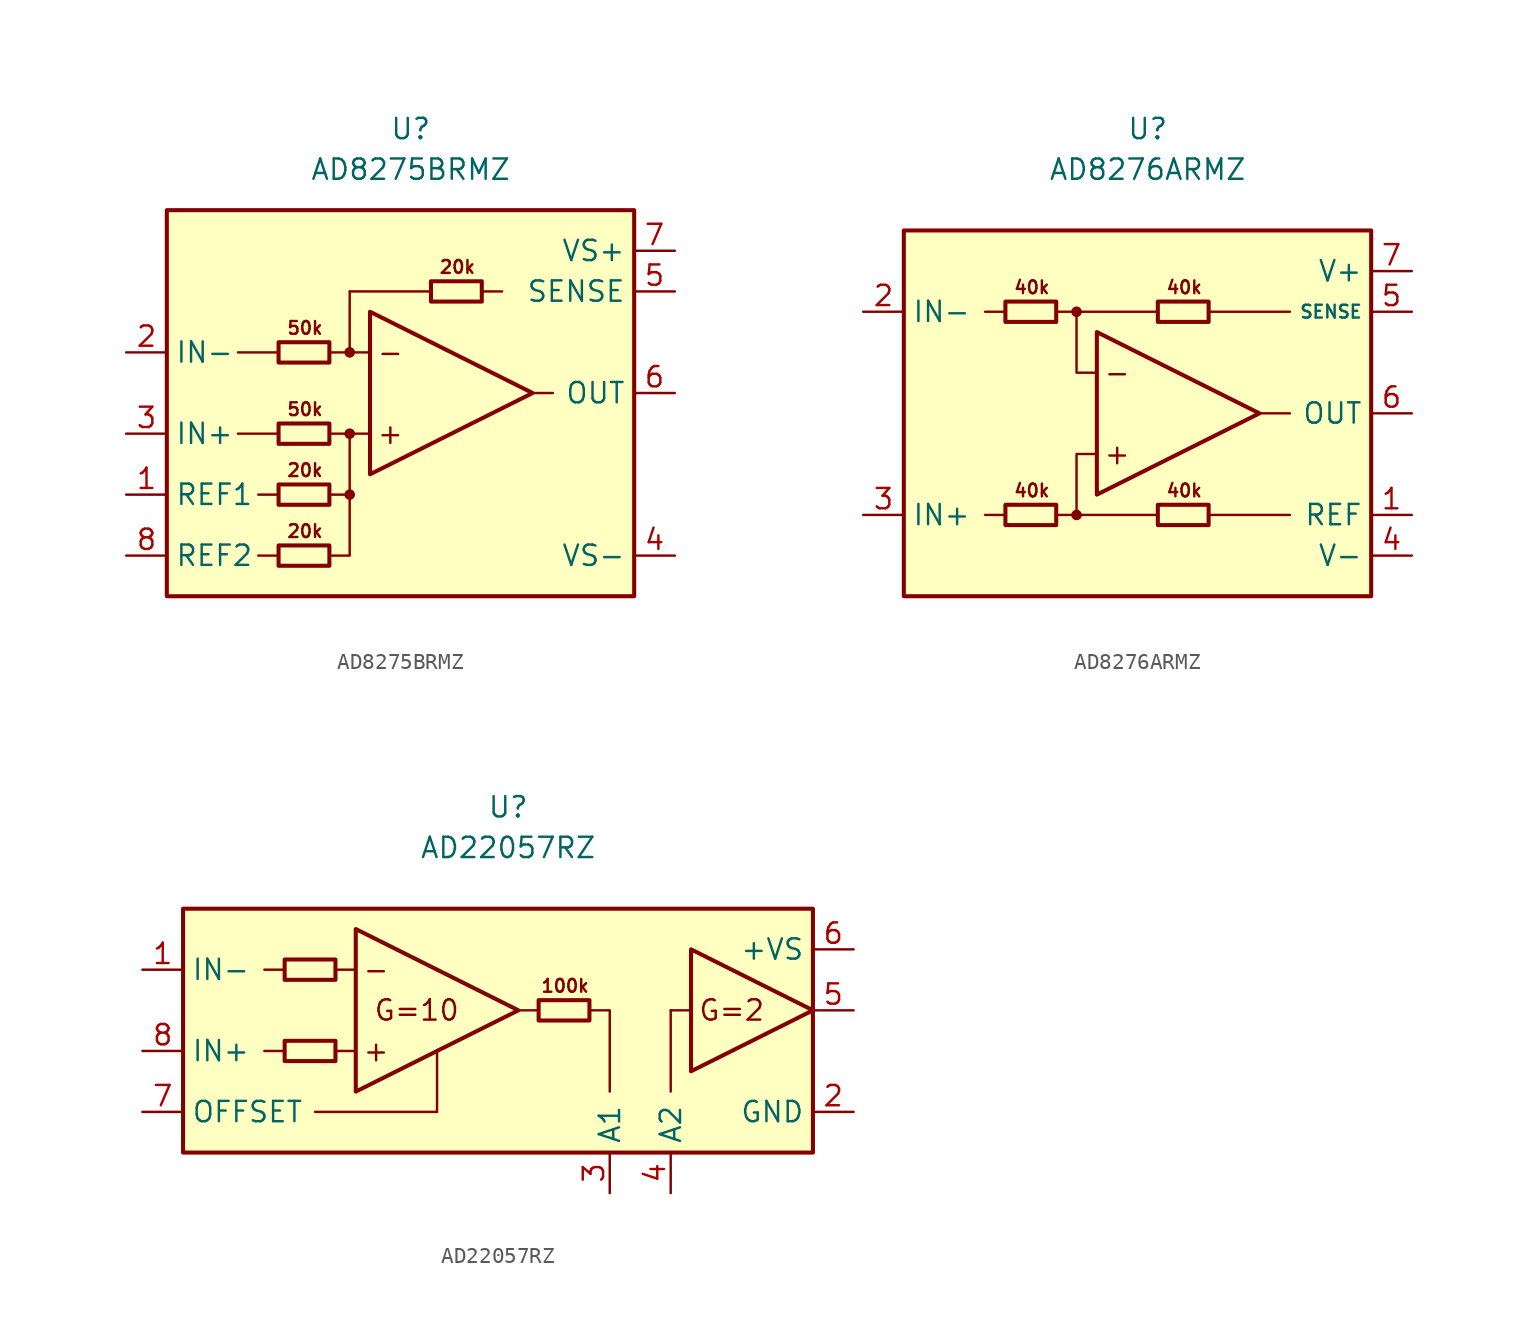
<source format=kicad_sym>
(kicad_symbol_lib
  (version 20211014)
  (generator kicad_symbol_editor)
  (symbol "AD8275BRMZ"
    (property "Reference" "U"
      (at 0 16.51 0)
      (effects (font (size 1.27 1.27))))
    (property "Value" "AD8275BRMZ"
      (at 0 13.97 0)
      (effects (font (size 1.27 1.27))))
    (symbol "AD8275BRMZ_0_0"
      (rectangle (start -15.24 11.43) (end 13.97 -12.7) (stroke (width 0.254) (type default) (color 0 0 0 0)) (fill (type background)))
      (circle (center -3.81 -6.35) (radius 0.254) (stroke (width 0.152) (type default) (color 0 0 0 0)) (fill (type outline)))
      (circle (center -3.81 -2.54) (radius 0.254) (stroke (width 0.152) (type default) (color 0 0 0 0)) (fill (type outline)))
      (circle (center -3.81 2.54) (radius 0.254) (stroke (width 0.152) (type default) (color 0 0 0 0)) (fill (type outline)))
      (polyline (pts (xy -8.255 -10.16) (xy -9.525 -10.16)) (stroke (width 0.152) (type default) (color 0 0 0 0)) (fill (type none)))
      (polyline (pts (xy -8.255 -6.35) (xy -9.525 -6.35)) (stroke (width 0.152) (type default) (color 0 0 0 0)) (fill (type none)))
      (polyline (pts (xy -8.255 -2.54) (xy -10.795 -2.54)) (stroke (width 0.152) (type default) (color 0 0 0 0)) (fill (type none)))
      (polyline (pts (xy -8.255 2.54) (xy -10.795 2.54)) (stroke (width 0.152) (type default) (color 0 0 0 0)) (fill (type none)))
      (polyline (pts (xy -3.81 2.54) (xy -3.81 6.35)) (stroke (width 0.152) (type default) (color 0 0 0 0)) (fill (type none)))
      (polyline (pts (xy -2.54 -2.54) (xy -5.08 -2.54)) (stroke (width 0.152) (type default) (color 0 0 0 0)) (fill (type none)))
      (polyline (pts (xy -2.54 2.54) (xy -5.08 2.54)) (stroke (width 0.152) (type default) (color 0 0 0 0)) (fill (type none)))
      (polyline (pts (xy 1.27 6.35) (xy -3.81 6.35)) (stroke (width 0.152) (type default) (color 0 0 0 0)) (fill (type none)))
      (polyline (pts (xy 4.445 6.35) (xy 5.715 6.35)) (stroke (width 0.152) (type default) (color 0 0 0 0)) (fill (type none)))
      (polyline (pts (xy 7.62 0) (xy 8.89 0)) (stroke (width 0.152) (type default) (color 0 0 0 0)) (fill (type none)))
      (polyline (pts (xy -5.08 -10.16) (xy -3.81 -10.16) (xy -3.81 -6.35)) (stroke (width 0.152) (type default) (color 0 0 0 0)) (fill (type none)))
      (polyline (pts (xy -5.08 -6.35) (xy -3.81 -6.35) (xy -3.81 -2.54)) (stroke (width 0.152) (type default) (color 0 0 0 0)) (fill (type none)))
      (text "+" (at -1.27 -2.54 0) (effects (font (size 1.27 1.27))))
      (text "-" (at -1.27 2.54 0) (effects (font (size 1.27 1.27))))
      (text "20k" (at -6.604 -8.636 0) (effects (font (size 0.8 0.8))))
      (text "20k" (at -6.604 -4.826 0) (effects (font (size 0.8 0.8))))
      (text "20k" (at 2.921 7.874 0) (effects (font (size 0.8 0.8))))
      (text "50k" (at -6.604 -1.016 0) (effects (font (size 0.8 0.8))))
      (text "50k" (at -6.604 4.064 0) (effects (font (size 0.8 0.8)))))
    (symbol "AD8275BRMZ_0_1"
      (rectangle (start -8.255 -9.525) (end -5.08 -10.795) (stroke (width 0.254) (type default) (color 0 0 0 0)) (fill (type none)))
      (rectangle (start -8.255 -5.715) (end -5.08 -6.985) (stroke (width 0.254) (type default) (color 0 0 0 0)) (fill (type none)))
      (rectangle (start -8.255 -1.905) (end -5.08 -3.175) (stroke (width 0.254) (type default) (color 0 0 0 0)) (fill (type none)))
      (rectangle (start -8.255 3.175) (end -5.08 1.905) (stroke (width 0.254) (type default) (color 0 0 0 0)) (fill (type none)))
      (polyline (pts (xy -2.54 5.08) (xy -2.54 -5.08) (xy 7.62 0) (xy -2.54 5.08)) (stroke (width 0.254) (type default) (color 0 0 0 0)) (fill (type none)))
      (rectangle (start 1.27 6.985) (end 4.445 5.715) (stroke (width 0.254) (type default) (color 0 0 0 0)) (fill (type none))))
    (symbol "AD8275BRMZ_1_1"
      (pin input line (at -17.78 -6.35 0) (length 2.54) (name "REF1" (effects (font (size 1.27 1.27)))) (number "1" (effects (font (size 1.27 1.27)))))
      (pin input line (at -17.78 2.54 0) (length 2.54) (name "IN-" (effects (font (size 1.27 1.27)))) (number "2" (effects (font (size 1.27 1.27)))))
      (pin input line (at -17.78 -2.54 0) (length 2.54) (name "IN+" (effects (font (size 1.27 1.27)))) (number "3" (effects (font (size 1.27 1.27)))))
      (pin power_in line (at 16.51 -10.16 180) (length 2.54) (name "VS-" (effects (font (size 1.27 1.27)))) (number "4" (effects (font (size 1.27 1.27)))))
      (pin input line (at 16.51 6.35 180) (length 2.54) (name "SENSE" (effects (font (size 1.27 1.27)))) (number "5" (effects (font (size 1.27 1.27)))))
      (pin output line (at 16.51 0 180) (length 2.54) (name "OUT" (effects (font (size 1.27 1.27)))) (number "6" (effects (font (size 1.27 1.27)))))
      (pin power_in line (at 16.51 8.89 180) (length 2.54) (name "VS+" (effects (font (size 1.27 1.27)))) (number "7" (effects (font (size 1.27 1.27)))))
      (pin input line (at -17.78 -10.16 0) (length 2.54) (name "REF2" (effects (font (size 1.27 1.27)))) (number "8" (effects (font (size 1.27 1.27)))))))
  (symbol "AD8276ARMZ"
    (property "Reference" "U"
      (at 0 17.78 0)
      (effects (font (size 1.27 1.27))))
    (property "Value" "AD8276ARMZ"
      (at 0 15.24 0)
      (effects (font (size 1.27 1.27))))
    (symbol "AD8276ARMZ_0_0"
      (rectangle (start -15.24 11.43) (end 13.97 -11.43) (stroke (width 0.254) (type default) (color 0 0 0 0)) (fill (type background)))
      (circle (center -4.445 -6.35) (radius 0.254) (stroke (width 0.152) (type default) (color 0 0 0 0)) (fill (type outline)))
      (circle (center -4.445 6.35) (radius 0.254) (stroke (width 0.152) (type default) (color 0 0 0 0)) (fill (type outline)))
      (polyline (pts (xy -8.89 -6.35) (xy -10.16 -6.35)) (stroke (width 0.152) (type default) (color 0 0 0 0)) (fill (type none)))
      (polyline (pts (xy -8.89 6.35) (xy -10.16 6.35)) (stroke (width 0.152) (type default) (color 0 0 0 0)) (fill (type none)))
      (polyline (pts (xy -4.445 6.35) (xy 0.635 6.35)) (stroke (width 0.152) (type default) (color 0 0 0 0)) (fill (type none)))
      (polyline (pts (xy 0.635 -6.35) (xy -4.445 -6.35)) (stroke (width 0.152) (type default) (color 0 0 0 0)) (fill (type none)))
      (polyline (pts (xy 3.81 -6.35) (xy 8.89 -6.35)) (stroke (width 0.152) (type default) (color 0 0 0 0)) (fill (type none)))
      (polyline (pts (xy 3.81 6.35) (xy 8.89 6.35)) (stroke (width 0.152) (type default) (color 0 0 0 0)) (fill (type none)))
      (polyline (pts (xy 6.985 0) (xy 8.89 0)) (stroke (width 0.152) (type default) (color 0 0 0 0)) (fill (type none)))
      (polyline (pts (xy -5.715 -6.35) (xy -4.445 -6.35) (xy -4.445 -2.54) (xy -3.175 -2.54)) (stroke (width 0.152) (type default) (color 0 0 0 0)) (fill (type none)))
      (polyline (pts (xy -3.175 2.54) (xy -4.445 2.54) (xy -4.445 6.35) (xy -5.715 6.35)) (stroke (width 0.152) (type default) (color 0 0 0 0)) (fill (type none)))
      (text "+" (at -1.905 -2.54 0) (effects (font (size 1.27 1.27))))
      (text "-" (at -1.905 2.54 0) (effects (font (size 1.27 1.27))))
      (text "40k" (at -7.239 -4.826 0) (effects (font (size 0.8 0.8))))
      (text "40k" (at -7.239 7.874 0) (effects (font (size 0.8 0.8))))
      (text "40k" (at 2.286 -4.826 0) (effects (font (size 0.8 0.8))))
      (text "40k" (at 2.286 7.874 0) (effects (font (size 0.8 0.8)))))
    (symbol "AD8276ARMZ_0_1"
      (rectangle (start -8.89 -5.715) (end -5.715 -6.985) (stroke (width 0.254) (type default) (color 0 0 0 0)) (fill (type none)))
      (rectangle (start -8.89 6.985) (end -5.715 5.715) (stroke (width 0.254) (type default) (color 0 0 0 0)) (fill (type none)))
      (polyline (pts (xy -3.175 5.08) (xy -3.175 -5.08) (xy 6.985 0) (xy -3.175 5.08)) (stroke (width 0.254) (type default) (color 0 0 0 0)) (fill (type none)))
      (rectangle (start 0.635 -5.715) (end 3.81 -6.985) (stroke (width 0.254) (type default) (color 0 0 0 0)) (fill (type none)))
      (rectangle (start 0.635 6.985) (end 3.81 5.715) (stroke (width 0.254) (type default) (color 0 0 0 0)) (fill (type none))))
    (symbol "AD8276ARMZ_1_1"
      (pin input line (at 16.51 -6.35 180) (length 2.54) (name "REF" (effects (font (size 1.27 1.27)))) (number "1" (effects (font (size 1.27 1.27)))))
      (pin input line (at -17.78 6.35 0) (length 2.54) (name "IN-" (effects (font (size 1.27 1.27)))) (number "2" (effects (font (size 1.27 1.27)))))
      (pin input line (at -17.78 -6.35 0) (length 2.54) (name "IN+" (effects (font (size 1.27 1.27)))) (number "3" (effects (font (size 1.27 1.27)))))
      (pin power_in line (at 16.51 -8.89 180) (length 2.54) (name "V-" (effects (font (size 1.27 1.27)))) (number "4" (effects (font (size 1.27 1.27)))))
      (pin input line (at 16.51 6.35 180) (length 2.54) (name "SENSE" (effects (font (size 0.8 0.8)))) (number "5" (effects (font (size 1.27 1.27)))))
      (pin output line (at 16.51 0 180) (length 2.54) (name "OUT" (effects (font (size 1.27 1.27)))) (number "6" (effects (font (size 1.27 1.27)))))
      (pin power_in line (at 16.51 8.89 180) (length 2.54) (name "V+" (effects (font (size 1.27 1.27)))) (number "7" (effects (font (size 1.27 1.27)))))
      (pin no_connect line (at -7.62 0 0) (length 2.54) hide (name "NC" (effects (font (size 1.27 1.27)))) (number "8" (effects (font (size 1.27 1.27)))))))
  (symbol "AD22057RZ"
    (property "Reference" "U"
      (at 0 15.24 0)
      (effects (font (size 1.27 1.27))))
    (property "Value" "AD22057RZ"
      (at 0 12.7 0)
      (effects (font (size 1.27 1.27))))
    (symbol "AD22057RZ_0_0"
      (polyline (pts (xy -13.97 0) (xy -15.24 0)) (stroke (width 0.152) (type default) (color 0 0 0 0)) (fill (type none)))
      (polyline (pts (xy -13.97 5.08) (xy -15.24 5.08)) (stroke (width 0.152) (type default) (color 0 0 0 0)) (fill (type none)))
      (polyline (pts (xy -9.525 0) (xy -10.795 0)) (stroke (width 0.152) (type default) (color 0 0 0 0)) (fill (type none)))
      (polyline (pts (xy -9.525 5.08) (xy -10.795 5.08)) (stroke (width 0.152) (type default) (color 0 0 0 0)) (fill (type none)))
      (polyline (pts (xy 11.43 2.54) (xy 10.16 2.54)) (stroke (width 0.152) (type default) (color 0 0 0 0)) (fill (type none)))
      (polyline (pts (xy -4.445 0) (xy -4.445 -3.81) (xy -12.065 -3.81)) (stroke (width 0.152) (type default) (color 0 0 0 0)) (fill (type none)))
      (text "+" (at -8.255 0 0) (effects (font (size 1.27 1.27))))
      (text "-" (at -8.255 5.08 0) (effects (font (size 1.27 1.27))))
      (text "100k" (at 3.556 4.064 0) (effects (font (size 0.8 0.8))))
      (text "G=10" (at -5.715 2.54 0) (effects (font (size 1.27 1.27))))
      (text "G=2" (at 13.97 2.54 0) (effects (font (size 1.27 1.27)))))
    (symbol "AD22057RZ_0_1"
      (rectangle (start -20.32 8.89) (end 19.05 -6.35) (stroke (width 0.254) (type default) (color 0 0 0 0)) (fill (type background)))
      (rectangle (start -13.97 0.635) (end -10.795 -0.635) (stroke (width 0.254) (type default) (color 0 0 0 0)) (fill (type none)))
      (rectangle (start -13.97 5.715) (end -10.795 4.445) (stroke (width 0.254) (type default) (color 0 0 0 0)) (fill (type none)))
      (polyline (pts (xy 1.905 2.54) (xy 0.635 2.54)) (stroke (width 0.152) (type default) (color 0 0 0 0)) (fill (type none)))
      (polyline (pts (xy 10.16 2.54) (xy 10.16 -2.54)) (stroke (width 0.152) (type default) (color 0 0 0 0)) (fill (type none)))
      (polyline (pts (xy 5.08 2.54) (xy 6.35 2.54) (xy 6.35 -2.54)) (stroke (width 0.152) (type default) (color 0 0 0 0)) (fill (type none)))
      (polyline (pts (xy -9.525 7.62) (xy -9.525 -2.54) (xy 0.635 2.54) (xy -9.525 7.62)) (stroke (width 0.254) (type default) (color 0 0 0 0)) (fill (type none)))
      (polyline (pts (xy 11.43 6.35) (xy 11.43 -1.27) (xy 19.05 2.54) (xy 11.43 6.35)) (stroke (width 0.254) (type default) (color 0 0 0 0)) (fill (type none)))
      (rectangle (start 1.905 3.175) (end 5.08 1.905) (stroke (width 0.254) (type default) (color 0 0 0 0)) (fill (type none))))
    (symbol "AD22057RZ_1_1"
      (pin input line (at -22.86 5.08 0) (length 2.54) (name "IN-" (effects (font (size 1.27 1.27)))) (number "1" (effects (font (size 1.27 1.27)))))
      (pin power_in line (at 21.59 -3.81 180) (length 2.54) (name "GND" (effects (font (size 1.27 1.27)))) (number "2" (effects (font (size 1.27 1.27)))))
      (pin passive line (at 6.35 -8.89 90) (length 2.54) (name "A1" (effects (font (size 1.27 1.27)))) (number "3" (effects (font (size 1.27 1.27)))))
      (pin passive line (at 10.16 -8.89 90) (length 2.54) (name "A2" (effects (font (size 1.27 1.27)))) (number "4" (effects (font (size 1.27 1.27)))))
      (pin output line (at 21.59 2.54 180) (length 2.54) (name "~" (effects (font (size 1.27 1.27)))) (number "5" (effects (font (size 1.27 1.27)))))
      (pin power_in line (at 21.59 6.35 180) (length 2.54) (name "+VS" (effects (font (size 1.27 1.27)))) (number "6" (effects (font (size 1.27 1.27)))))
      (pin input line (at -22.86 -3.81 0) (length 2.54) (name "OFFSET" (effects (font (size 1.27 1.27)))) (number "7" (effects (font (size 1.27 1.27)))))
      (pin input line (at -22.86 0 0) (length 2.54) (name "IN+" (effects (font (size 1.27 1.27)))) (number "8" (effects (font (size 1.27 1.27))))))))
</source>
